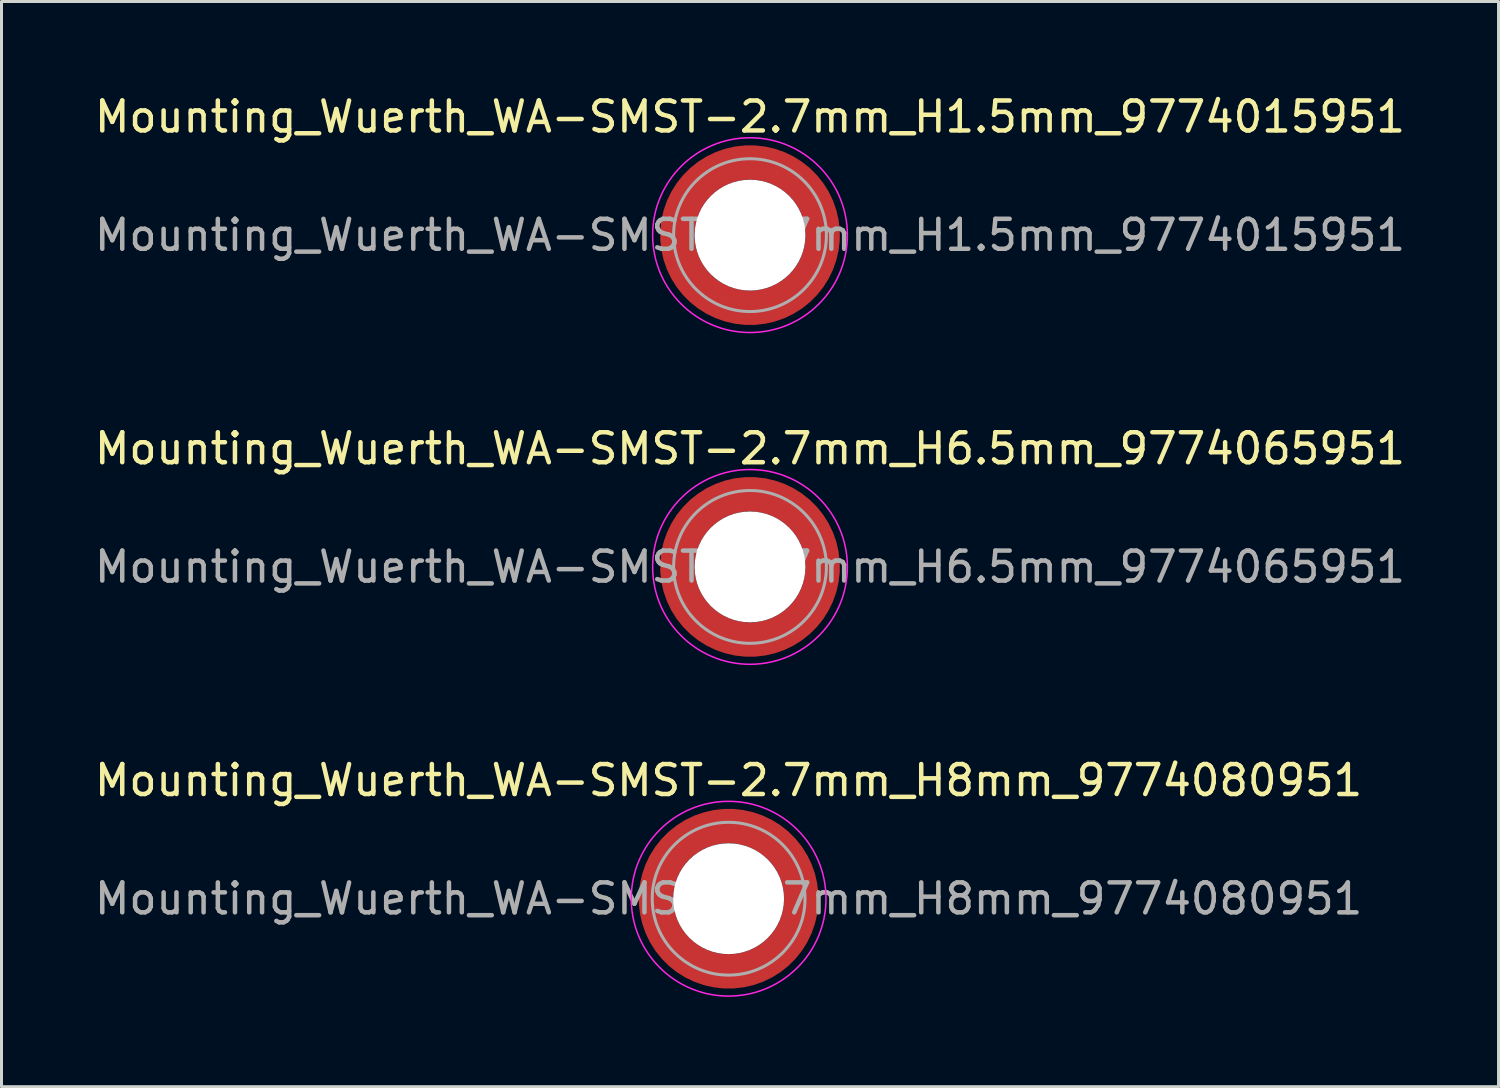
<source format=kicad_pcb>
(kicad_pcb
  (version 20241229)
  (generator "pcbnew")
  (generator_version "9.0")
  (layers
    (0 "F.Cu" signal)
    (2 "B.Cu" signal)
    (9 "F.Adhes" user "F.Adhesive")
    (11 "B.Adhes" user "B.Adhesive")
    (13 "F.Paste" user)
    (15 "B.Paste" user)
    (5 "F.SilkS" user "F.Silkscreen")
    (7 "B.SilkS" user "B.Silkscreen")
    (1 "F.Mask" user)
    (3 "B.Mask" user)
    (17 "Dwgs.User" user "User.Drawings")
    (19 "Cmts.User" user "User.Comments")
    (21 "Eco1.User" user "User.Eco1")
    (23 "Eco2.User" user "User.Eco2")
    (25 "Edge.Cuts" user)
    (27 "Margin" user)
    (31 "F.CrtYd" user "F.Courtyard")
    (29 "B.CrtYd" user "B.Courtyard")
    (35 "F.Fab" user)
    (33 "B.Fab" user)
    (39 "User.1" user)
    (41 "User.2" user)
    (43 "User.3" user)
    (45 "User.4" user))
  (footprint "Mounting_Wuerth_WA-SMST-2.7mm_H1.5mm_9774015951"
    (layer "F.Cu")
    (at 21.982 4.798)
    (property "Reference" "Mounting_Wuerth_WA-SMST-2.7mm_H1.5mm_9774015951" (at 0 -3.95 0) (layer "F.SilkS") (effects (font (size 1 1) (thickness 0.15))))
    (attr smd)
    (fp_circle (center 0 0) (end 3.25 0) (stroke (width 0.05) (type solid)) (fill no) (layer "F.CrtYd"))
    (fp_circle (center 0 0) (end 2.55 0) (stroke (width 0.1) (type solid)) (fill no) (layer "F.Fab"))
    (fp_text user "${REFERENCE}" (at 0 0 0) (layer "F.Fab") (effects (font (size 1 1) (thickness 0.15))))
    (pad "" smd custom (at -1.704 -1.704) (size 0.62 0.62) (layers "F.Paste") (options (anchor circle)) (primitives (gr_arc (start -0.250195 1.279127) (mid 0.289146 0.290681) (end 1.277006 -0.249732) (width 0.2)) (gr_arc (start -0.34334 1.279127) (mid 0.224883 0.226093) (end 1.277452 -0.342992) (width 0.2)) (gr_arc (start -0.436309 1.279127) (mid 0.160537 0.16159) (end 1.277666 -0.436018) (width 0.2)) (gr_arc (start -0.529126 1.279127) (mid 0.095932 0.097343) (end 1.277167 -0.528752) (width 0.2)) (gr_arc (start -0.621807 1.279127) (mid 0.0309 0.033527) (end 1.275473 -0.621136) (width 0.2)) (gr_arc (start -0.71437 1.279127) (mid -0.03322 -0.031206) (end 1.276322 -0.713875) (width 0.2)) (gr_arc (start -0.806826 1.279127) (mid -0.097997 -0.095278) (end 1.275336 -0.806181) (width 0.2)) (gr_arc (start -0.899187 1.279127) (mid -0.161977 -0.160149) (end 1.276577 -0.898769) (width 0.2)) (gr_arc (start -0.991463 1.279127) (mid -0.226842 -0.224133) (end 1.275343 -0.990864) (width 0.2)) (gr_arc (start -1.083663 1.279127) (mid -0.291026 -0.288801) (end 1.276016 -1.083187) (width 0.2)) (gr_line (start 1.279 -0.25) (end 1.279 -1.084) (width 0.2)) (gr_line (start -0.25 1.279) (end -1.084 1.279) (width 0.2))))
    (pad "" smd custom (at -1.704 1.704) (size 0.62 0.62) (layers "F.Paste") (options (anchor circle)) (primitives (gr_arc (start 1.279127 0.250195) (mid 0.290681 -0.289146) (end -0.249732 -1.277006) (width 0.2)) (gr_arc (start 1.279127 0.34334) (mid 0.226093 -0.224883) (end -0.342992 -1.277452) (width 0.2)) (gr_arc (start 1.279127 0.436309) (mid 0.16159 -0.160537) (end -0.436018 -1.277666) (width 0.2)) (gr_arc (start 1.279127 0.529126) (mid 0.097343 -0.095932) (end -0.528752 -1.277167) (width 0.2)) (gr_arc (start 1.279127 0.621807) (mid 0.033527 -0.0309) (end -0.621136 -1.275473) (width 0.2)) (gr_arc (start 1.279127 0.71437) (mid -0.031206 0.03322) (end -0.713875 -1.276322) (width 0.2)) (gr_arc (start 1.279127 0.806826) (mid -0.095278 0.097997) (end -0.806181 -1.275336) (width 0.2)) (gr_arc (start 1.279127 0.899187) (mid -0.160149 0.161977) (end -0.898769 -1.276577) (width 0.2)) (gr_arc (start 1.279127 0.991463) (mid -0.224133 0.226842) (end -0.990864 -1.275343) (width 0.2)) (gr_arc (start 1.279127 1.083663) (mid -0.288801 0.291026) (end -1.083187 -1.276016) (width 0.2)) (gr_line (start -0.25 -1.279) (end -1.084 -1.279) (width 0.2)) (gr_line (start 1.279 0.25) (end 1.279 1.084) (width 0.2))))
    (pad "" np_thru_hole circle (at 0 0) (size 3.7 3.7) (drill 3.7) (layers "*.Cu" "*.Mask"))
    (pad "" smd custom (at 1.704 -1.704) (size 0.62 0.62) (layers "F.Paste") (options (anchor circle)) (primitives (gr_arc (start -1.279127 -0.250195) (mid -0.290681 0.289146) (end 0.249732 1.277006) (width 0.2)) (gr_arc (start -1.279127 -0.34334) (mid -0.226093 0.224883) (end 0.342992 1.277452) (width 0.2)) (gr_arc (start -1.279127 -0.436309) (mid -0.16159 0.160537) (end 0.436018 1.277666) (width 0.2)) (gr_arc (start -1.279127 -0.529126) (mid -0.097343 0.095932) (end 0.528752 1.277167) (width 0.2)) (gr_arc (start -1.279127 -0.621807) (mid -0.033527 0.0309) (end 0.621136 1.275473) (width 0.2)) (gr_arc (start -1.279127 -0.71437) (mid 0.031206 -0.03322) (end 0.713875 1.276322) (width 0.2)) (gr_arc (start -1.279127 -0.806826) (mid 0.095278 -0.097997) (end 0.806181 1.275336) (width 0.2)) (gr_arc (start -1.279127 -0.899187) (mid 0.160149 -0.161977) (end 0.898769 1.276577) (width 0.2)) (gr_arc (start -1.279127 -0.991463) (mid 0.224133 -0.226842) (end 0.990864 1.275343) (width 0.2)) (gr_arc (start -1.279127 -1.083663) (mid 0.288801 -0.291026) (end 1.083187 1.276016) (width 0.2)) (gr_line (start 0.25 1.279) (end 1.084 1.279) (width 0.2)) (gr_line (start -1.279 -0.25) (end -1.279 -1.084) (width 0.2))))
    (pad "" smd custom (at 1.704 1.704) (size 0.62 0.62) (layers "F.Paste") (options (anchor circle)) (primitives (gr_arc (start 0.250195 -1.279127) (mid -0.289146 -0.290681) (end -1.277006 0.249732) (width 0.2)) (gr_arc (start 0.34334 -1.279127) (mid -0.224883 -0.226093) (end -1.277452 0.342992) (width 0.2)) (gr_arc (start 0.436309 -1.279127) (mid -0.160537 -0.16159) (end -1.277666 0.436018) (width 0.2)) (gr_arc (start 0.529126 -1.279127) (mid -0.095932 -0.097343) (end -1.277167 0.528752) (width 0.2)) (gr_arc (start 0.621807 -1.279127) (mid -0.0309 -0.033527) (end -1.275473 0.621136) (width 0.2)) (gr_arc (start 0.71437 -1.279127) (mid 0.03322 0.031206) (end -1.276322 0.713875) (width 0.2)) (gr_arc (start 0.806826 -1.279127) (mid 0.097997 0.095278) (end -1.275336 0.806181) (width 0.2)) (gr_arc (start 0.899187 -1.279127) (mid 0.161977 0.160149) (end -1.276577 0.898769) (width 0.2)) (gr_arc (start 0.991463 -1.279127) (mid 0.226842 0.224133) (end -1.275343 0.990864) (width 0.2)) (gr_arc (start 1.083663 -1.279127) (mid 0.291026 0.288801) (end -1.276016 1.083187) (width 0.2)) (gr_line (start -1.279 0.25) (end -1.279 1.084) (width 0.2)) (gr_line (start 0.25 -1.279) (end 1.084 -1.279) (width 0.2))))
    (pad "1" smd circle (at -2.425 0) (size 0.75 0.75) (layers "F.Cu"))
    (pad "1" smd circle (at 0 -2.425) (size 0.75 0.75) (layers "F.Cu"))
    (pad "1" smd circle (at 0 2.425) (size 0.75 0.75) (layers "F.Cu"))
    (pad "1" smd custom (at 2.425 0) (size 0.75 0.75) (layers "F.Cu" "F.Mask") (options (anchor circle)) (primitives (gr_circle (center -2.425 0) (end 0 0) (width 1.15) (fill no)))))
  (footprint "Mounting_Wuerth_WA-SMST-2.7mm_H6.5mm_9774065951"
    (layer "F.Cu")
    (at 21.982 15.871)
    (property "Reference" "Mounting_Wuerth_WA-SMST-2.7mm_H6.5mm_9774065951" (at 0 -3.95 0) (layer "F.SilkS") (effects (font (size 1 1) (thickness 0.15))))
    (attr smd)
    (fp_circle (center 0 0) (end 3.25 0) (stroke (width 0.05) (type solid)) (fill no) (layer "F.CrtYd"))
    (fp_circle (center 0 0) (end 2.55 0) (stroke (width 0.1) (type solid)) (fill no) (layer "F.Fab"))
    (fp_text user "${REFERENCE}" (at 0 0 0) (layer "F.Fab") (effects (font (size 1 1) (thickness 0.15))))
    (pad "" smd custom (at -1.704 -1.704) (size 0.62 0.62) (layers "F.Paste") (options (anchor circle)) (primitives (gr_arc (start -0.250195 1.279127) (mid 0.289146 0.290681) (end 1.277006 -0.249732) (width 0.2)) (gr_arc (start -0.34334 1.279127) (mid 0.224883 0.226093) (end 1.277452 -0.342992) (width 0.2)) (gr_arc (start -0.436309 1.279127) (mid 0.160537 0.16159) (end 1.277666 -0.436018) (width 0.2)) (gr_arc (start -0.529126 1.279127) (mid 0.095932 0.097343) (end 1.277167 -0.528752) (width 0.2)) (gr_arc (start -0.621807 1.279127) (mid 0.0309 0.033527) (end 1.275473 -0.621136) (width 0.2)) (gr_arc (start -0.71437 1.279127) (mid -0.03322 -0.031206) (end 1.276322 -0.713875) (width 0.2)) (gr_arc (start -0.806826 1.279127) (mid -0.097997 -0.095278) (end 1.275336 -0.806181) (width 0.2)) (gr_arc (start -0.899187 1.279127) (mid -0.161977 -0.160149) (end 1.276577 -0.898769) (width 0.2)) (gr_arc (start -0.991463 1.279127) (mid -0.226842 -0.224133) (end 1.275343 -0.990864) (width 0.2)) (gr_arc (start -1.083663 1.279127) (mid -0.291026 -0.288801) (end 1.276016 -1.083187) (width 0.2)) (gr_line (start 1.279 -0.25) (end 1.279 -1.084) (width 0.2)) (gr_line (start -0.25 1.279) (end -1.084 1.279) (width 0.2))))
    (pad "" smd custom (at -1.704 1.704) (size 0.62 0.62) (layers "F.Paste") (options (anchor circle)) (primitives (gr_arc (start 1.279127 0.250195) (mid 0.290681 -0.289146) (end -0.249732 -1.277006) (width 0.2)) (gr_arc (start 1.279127 0.34334) (mid 0.226093 -0.224883) (end -0.342992 -1.277452) (width 0.2)) (gr_arc (start 1.279127 0.436309) (mid 0.16159 -0.160537) (end -0.436018 -1.277666) (width 0.2)) (gr_arc (start 1.279127 0.529126) (mid 0.097343 -0.095932) (end -0.528752 -1.277167) (width 0.2)) (gr_arc (start 1.279127 0.621807) (mid 0.033527 -0.0309) (end -0.621136 -1.275473) (width 0.2)) (gr_arc (start 1.279127 0.71437) (mid -0.031206 0.03322) (end -0.713875 -1.276322) (width 0.2)) (gr_arc (start 1.279127 0.806826) (mid -0.095278 0.097997) (end -0.806181 -1.275336) (width 0.2)) (gr_arc (start 1.279127 0.899187) (mid -0.160149 0.161977) (end -0.898769 -1.276577) (width 0.2)) (gr_arc (start 1.279127 0.991463) (mid -0.224133 0.226842) (end -0.990864 -1.275343) (width 0.2)) (gr_arc (start 1.279127 1.083663) (mid -0.288801 0.291026) (end -1.083187 -1.276016) (width 0.2)) (gr_line (start -0.25 -1.279) (end -1.084 -1.279) (width 0.2)) (gr_line (start 1.279 0.25) (end 1.279 1.084) (width 0.2))))
    (pad "" np_thru_hole circle (at 0 0) (size 3.7 3.7) (drill 3.7) (layers "*.Cu" "*.Mask"))
    (pad "" smd custom (at 1.704 -1.704) (size 0.62 0.62) (layers "F.Paste") (options (anchor circle)) (primitives (gr_arc (start -1.279127 -0.250195) (mid -0.290681 0.289146) (end 0.249732 1.277006) (width 0.2)) (gr_arc (start -1.279127 -0.34334) (mid -0.226093 0.224883) (end 0.342992 1.277452) (width 0.2)) (gr_arc (start -1.279127 -0.436309) (mid -0.16159 0.160537) (end 0.436018 1.277666) (width 0.2)) (gr_arc (start -1.279127 -0.529126) (mid -0.097343 0.095932) (end 0.528752 1.277167) (width 0.2)) (gr_arc (start -1.279127 -0.621807) (mid -0.033527 0.0309) (end 0.621136 1.275473) (width 0.2)) (gr_arc (start -1.279127 -0.71437) (mid 0.031206 -0.03322) (end 0.713875 1.276322) (width 0.2)) (gr_arc (start -1.279127 -0.806826) (mid 0.095278 -0.097997) (end 0.806181 1.275336) (width 0.2)) (gr_arc (start -1.279127 -0.899187) (mid 0.160149 -0.161977) (end 0.898769 1.276577) (width 0.2)) (gr_arc (start -1.279127 -0.991463) (mid 0.224133 -0.226842) (end 0.990864 1.275343) (width 0.2)) (gr_arc (start -1.279127 -1.083663) (mid 0.288801 -0.291026) (end 1.083187 1.276016) (width 0.2)) (gr_line (start 0.25 1.279) (end 1.084 1.279) (width 0.2)) (gr_line (start -1.279 -0.25) (end -1.279 -1.084) (width 0.2))))
    (pad "" smd custom (at 1.704 1.704) (size 0.62 0.62) (layers "F.Paste") (options (anchor circle)) (primitives (gr_arc (start 0.250195 -1.279127) (mid -0.289146 -0.290681) (end -1.277006 0.249732) (width 0.2)) (gr_arc (start 0.34334 -1.279127) (mid -0.224883 -0.226093) (end -1.277452 0.342992) (width 0.2)) (gr_arc (start 0.436309 -1.279127) (mid -0.160537 -0.16159) (end -1.277666 0.436018) (width 0.2)) (gr_arc (start 0.529126 -1.279127) (mid -0.095932 -0.097343) (end -1.277167 0.528752) (width 0.2)) (gr_arc (start 0.621807 -1.279127) (mid -0.0309 -0.033527) (end -1.275473 0.621136) (width 0.2)) (gr_arc (start 0.71437 -1.279127) (mid 0.03322 0.031206) (end -1.276322 0.713875) (width 0.2)) (gr_arc (start 0.806826 -1.279127) (mid 0.097997 0.095278) (end -1.275336 0.806181) (width 0.2)) (gr_arc (start 0.899187 -1.279127) (mid 0.161977 0.160149) (end -1.276577 0.898769) (width 0.2)) (gr_arc (start 0.991463 -1.279127) (mid 0.226842 0.224133) (end -1.275343 0.990864) (width 0.2)) (gr_arc (start 1.083663 -1.279127) (mid 0.291026 0.288801) (end -1.276016 1.083187) (width 0.2)) (gr_line (start -1.279 0.25) (end -1.279 1.084) (width 0.2)) (gr_line (start 0.25 -1.279) (end 1.084 -1.279) (width 0.2))))
    (pad "1" smd circle (at -2.425 0) (size 0.75 0.75) (layers "F.Cu"))
    (pad "1" smd circle (at 0 -2.425) (size 0.75 0.75) (layers "F.Cu"))
    (pad "1" smd circle (at 0 2.425) (size 0.75 0.75) (layers "F.Cu"))
    (pad "1" smd custom (at 2.425 0) (size 0.75 0.75) (layers "F.Cu" "F.Mask") (options (anchor circle)) (primitives (gr_circle (center -2.425 0) (end 0 0) (width 1.15) (fill no)))))
  (footprint "Mounting_Wuerth_WA-SMST-2.7mm_H8mm_9774080951"
    (layer "F.Cu")
    (at 21.268 26.945)
    (property "Reference" "Mounting_Wuerth_WA-SMST-2.7mm_H8mm_9774080951" (at 0 -3.95 0) (layer "F.SilkS") (effects (font (size 1 1) (thickness 0.15))))
    (attr smd)
    (fp_circle (center 0 0) (end 3.25 0) (stroke (width 0.05) (type solid)) (fill no) (layer "F.CrtYd"))
    (fp_circle (center 0 0) (end 2.55 0) (stroke (width 0.1) (type solid)) (fill no) (layer "F.Fab"))
    (fp_text user "${REFERENCE}" (at 0 0 0) (layer "F.Fab") (effects (font (size 1 1) (thickness 0.15))))
    (pad "" smd custom (at -1.704 -1.704) (size 0.62 0.62) (layers "F.Paste") (options (anchor circle)) (primitives (gr_arc (start -0.250195 1.279127) (mid 0.289146 0.290681) (end 1.277006 -0.249732) (width 0.2)) (gr_arc (start -0.34334 1.279127) (mid 0.224883 0.226093) (end 1.277452 -0.342992) (width 0.2)) (gr_arc (start -0.436309 1.279127) (mid 0.160537 0.16159) (end 1.277666 -0.436018) (width 0.2)) (gr_arc (start -0.529126 1.279127) (mid 0.095932 0.097343) (end 1.277167 -0.528752) (width 0.2)) (gr_arc (start -0.621807 1.279127) (mid 0.0309 0.033527) (end 1.275473 -0.621136) (width 0.2)) (gr_arc (start -0.71437 1.279127) (mid -0.03322 -0.031206) (end 1.276322 -0.713875) (width 0.2)) (gr_arc (start -0.806826 1.279127) (mid -0.097997 -0.095278) (end 1.275336 -0.806181) (width 0.2)) (gr_arc (start -0.899187 1.279127) (mid -0.161977 -0.160149) (end 1.276577 -0.898769) (width 0.2)) (gr_arc (start -0.991463 1.279127) (mid -0.226842 -0.224133) (end 1.275343 -0.990864) (width 0.2)) (gr_arc (start -1.083663 1.279127) (mid -0.291026 -0.288801) (end 1.276016 -1.083187) (width 0.2)) (gr_line (start 1.279 -0.25) (end 1.279 -1.084) (width 0.2)) (gr_line (start -0.25 1.279) (end -1.084 1.279) (width 0.2))))
    (pad "" smd custom (at -1.704 1.704) (size 0.62 0.62) (layers "F.Paste") (options (anchor circle)) (primitives (gr_arc (start 1.279127 0.250195) (mid 0.290681 -0.289146) (end -0.249732 -1.277006) (width 0.2)) (gr_arc (start 1.279127 0.34334) (mid 0.226093 -0.224883) (end -0.342992 -1.277452) (width 0.2)) (gr_arc (start 1.279127 0.436309) (mid 0.16159 -0.160537) (end -0.436018 -1.277666) (width 0.2)) (gr_arc (start 1.279127 0.529126) (mid 0.097343 -0.095932) (end -0.528752 -1.277167) (width 0.2)) (gr_arc (start 1.279127 0.621807) (mid 0.033527 -0.0309) (end -0.621136 -1.275473) (width 0.2)) (gr_arc (start 1.279127 0.71437) (mid -0.031206 0.03322) (end -0.713875 -1.276322) (width 0.2)) (gr_arc (start 1.279127 0.806826) (mid -0.095278 0.097997) (end -0.806181 -1.275336) (width 0.2)) (gr_arc (start 1.279127 0.899187) (mid -0.160149 0.161977) (end -0.898769 -1.276577) (width 0.2)) (gr_arc (start 1.279127 0.991463) (mid -0.224133 0.226842) (end -0.990864 -1.275343) (width 0.2)) (gr_arc (start 1.279127 1.083663) (mid -0.288801 0.291026) (end -1.083187 -1.276016) (width 0.2)) (gr_line (start -0.25 -1.279) (end -1.084 -1.279) (width 0.2)) (gr_line (start 1.279 0.25) (end 1.279 1.084) (width 0.2))))
    (pad "" np_thru_hole circle (at 0 0) (size 3.7 3.7) (drill 3.7) (layers "*.Cu" "*.Mask"))
    (pad "" smd custom (at 1.704 -1.704) (size 0.62 0.62) (layers "F.Paste") (options (anchor circle)) (primitives (gr_arc (start -1.279127 -0.250195) (mid -0.290681 0.289146) (end 0.249732 1.277006) (width 0.2)) (gr_arc (start -1.279127 -0.34334) (mid -0.226093 0.224883) (end 0.342992 1.277452) (width 0.2)) (gr_arc (start -1.279127 -0.436309) (mid -0.16159 0.160537) (end 0.436018 1.277666) (width 0.2)) (gr_arc (start -1.279127 -0.529126) (mid -0.097343 0.095932) (end 0.528752 1.277167) (width 0.2)) (gr_arc (start -1.279127 -0.621807) (mid -0.033527 0.0309) (end 0.621136 1.275473) (width 0.2)) (gr_arc (start -1.279127 -0.71437) (mid 0.031206 -0.03322) (end 0.713875 1.276322) (width 0.2)) (gr_arc (start -1.279127 -0.806826) (mid 0.095278 -0.097997) (end 0.806181 1.275336) (width 0.2)) (gr_arc (start -1.279127 -0.899187) (mid 0.160149 -0.161977) (end 0.898769 1.276577) (width 0.2)) (gr_arc (start -1.279127 -0.991463) (mid 0.224133 -0.226842) (end 0.990864 1.275343) (width 0.2)) (gr_arc (start -1.279127 -1.083663) (mid 0.288801 -0.291026) (end 1.083187 1.276016) (width 0.2)) (gr_line (start 0.25 1.279) (end 1.084 1.279) (width 0.2)) (gr_line (start -1.279 -0.25) (end -1.279 -1.084) (width 0.2))))
    (pad "" smd custom (at 1.704 1.704) (size 0.62 0.62) (layers "F.Paste") (options (anchor circle)) (primitives (gr_arc (start 0.250195 -1.279127) (mid -0.289146 -0.290681) (end -1.277006 0.249732) (width 0.2)) (gr_arc (start 0.34334 -1.279127) (mid -0.224883 -0.226093) (end -1.277452 0.342992) (width 0.2)) (gr_arc (start 0.436309 -1.279127) (mid -0.160537 -0.16159) (end -1.277666 0.436018) (width 0.2)) (gr_arc (start 0.529126 -1.279127) (mid -0.095932 -0.097343) (end -1.277167 0.528752) (width 0.2)) (gr_arc (start 0.621807 -1.279127) (mid -0.0309 -0.033527) (end -1.275473 0.621136) (width 0.2)) (gr_arc (start 0.71437 -1.279127) (mid 0.03322 0.031206) (end -1.276322 0.713875) (width 0.2)) (gr_arc (start 0.806826 -1.279127) (mid 0.097997 0.095278) (end -1.275336 0.806181) (width 0.2)) (gr_arc (start 0.899187 -1.279127) (mid 0.161977 0.160149) (end -1.276577 0.898769) (width 0.2)) (gr_arc (start 0.991463 -1.279127) (mid 0.226842 0.224133) (end -1.275343 0.990864) (width 0.2)) (gr_arc (start 1.083663 -1.279127) (mid 0.291026 0.288801) (end -1.276016 1.083187) (width 0.2)) (gr_line (start -1.279 0.25) (end -1.279 1.084) (width 0.2)) (gr_line (start 0.25 -1.279) (end 1.084 -1.279) (width 0.2))))
    (pad "1" smd circle (at -2.425 0) (size 0.75 0.75) (layers "F.Cu"))
    (pad "1" smd circle (at 0 -2.425) (size 0.75 0.75) (layers "F.Cu"))
    (pad "1" smd circle (at 0 2.425) (size 0.75 0.75) (layers "F.Cu"))
    (pad "1" smd custom (at 2.425 0) (size 0.75 0.75) (layers "F.Cu" "F.Mask") (options (anchor circle)) (primitives (gr_circle (center -2.425 0) (end 0 0) (width 1.15) (fill no)))))
  (gr_rect
    (start -3 -3)
    (end 46.964 33.22)
    (stroke (width 0.1) (type default))
    (fill no)
    (layer "Edge.Cuts")))
</source>
